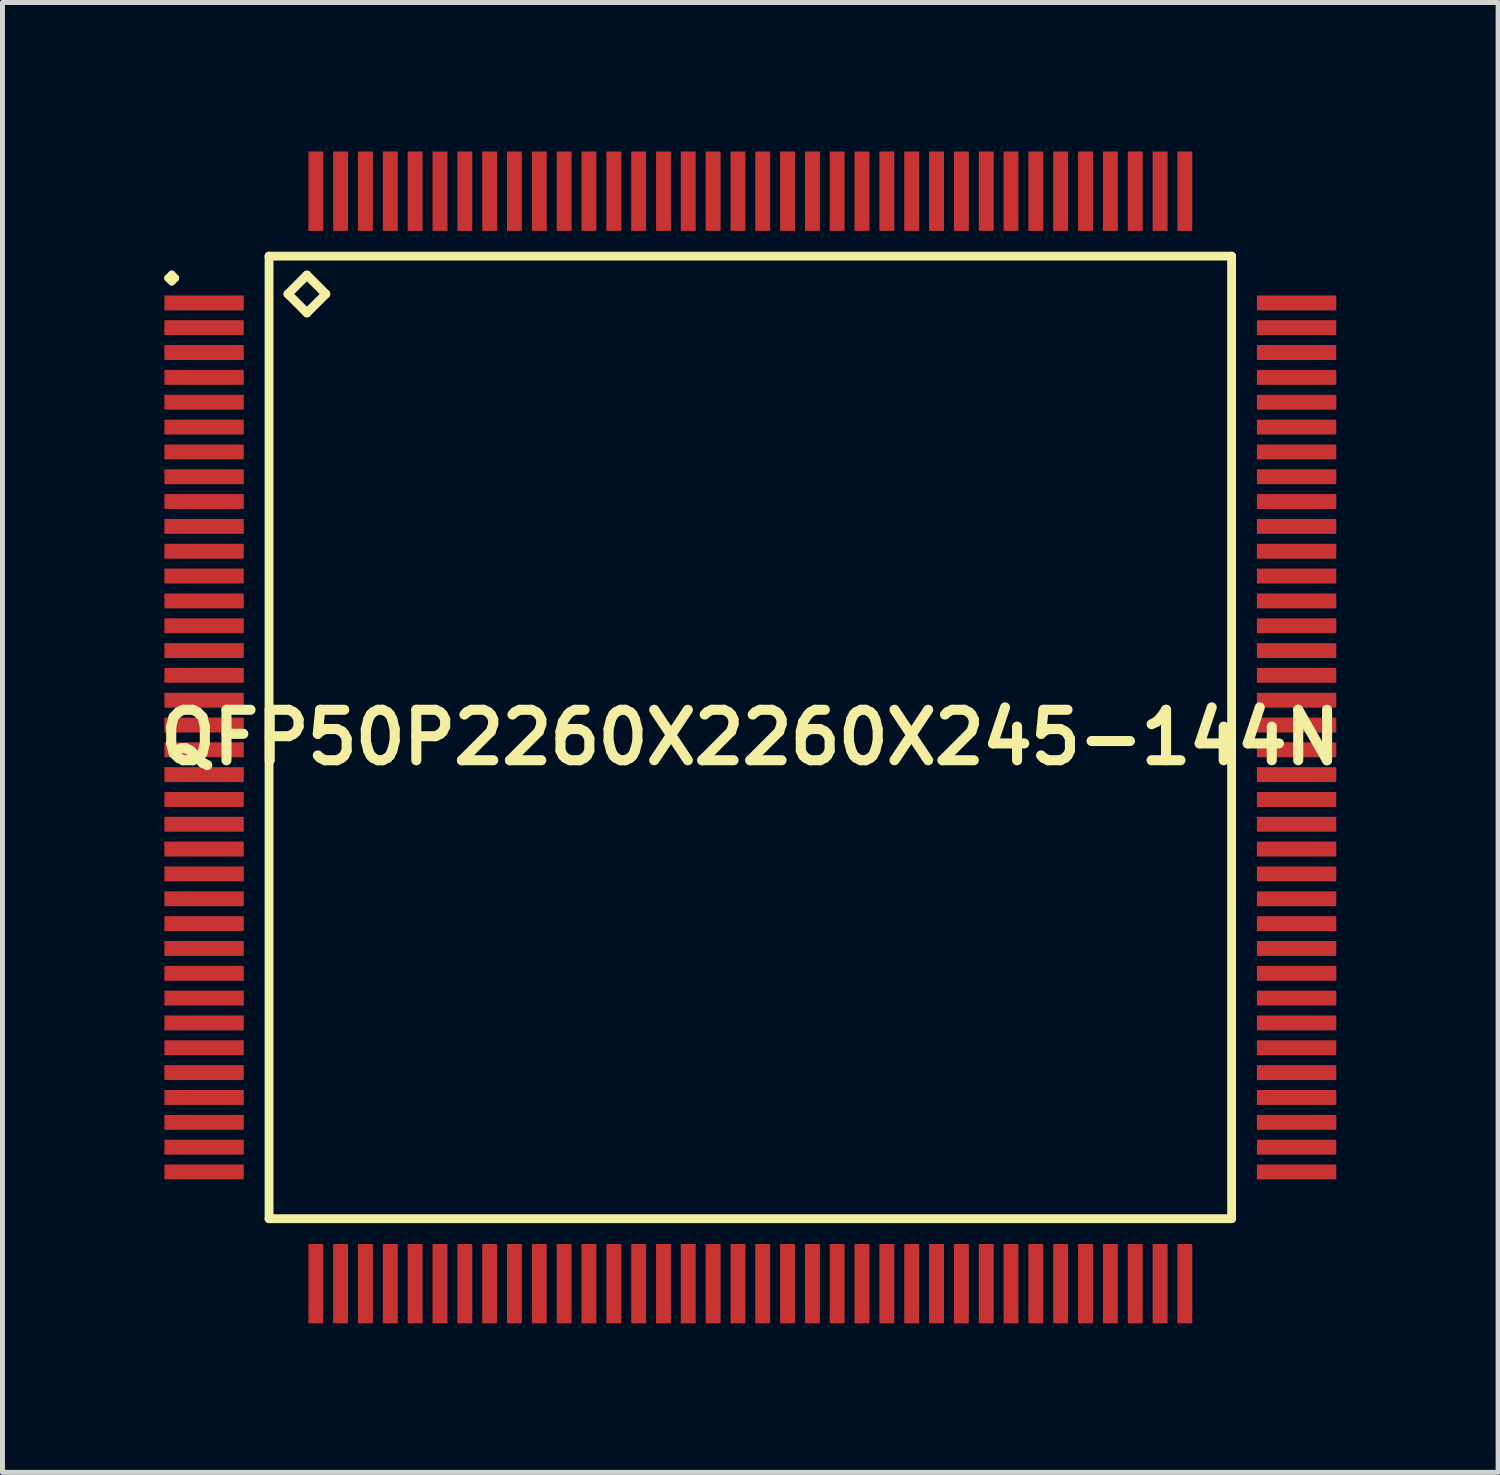
<source format=kicad_pcb>
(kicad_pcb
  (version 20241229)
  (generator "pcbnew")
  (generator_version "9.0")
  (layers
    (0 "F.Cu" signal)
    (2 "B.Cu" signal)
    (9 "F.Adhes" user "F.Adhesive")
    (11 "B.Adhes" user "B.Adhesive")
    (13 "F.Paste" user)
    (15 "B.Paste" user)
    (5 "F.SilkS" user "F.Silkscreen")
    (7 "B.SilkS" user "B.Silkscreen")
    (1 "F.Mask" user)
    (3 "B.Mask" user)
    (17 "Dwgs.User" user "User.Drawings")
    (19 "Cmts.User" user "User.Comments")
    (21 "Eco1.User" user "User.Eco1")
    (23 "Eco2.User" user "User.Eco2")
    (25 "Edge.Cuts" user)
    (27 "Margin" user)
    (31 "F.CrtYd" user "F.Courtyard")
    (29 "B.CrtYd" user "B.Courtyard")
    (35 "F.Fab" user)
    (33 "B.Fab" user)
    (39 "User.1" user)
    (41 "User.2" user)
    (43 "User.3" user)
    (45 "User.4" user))
  (footprint "QFP50P2260X2260X245-144N"
    (layer "F.Cu")
    (at 12.057 11.797)
    (property "Reference" "QFP50P2260X2260X245-144N" (at 0 0 0) (layer "F.SilkS") (effects (font (size 1.016 1.016) (thickness 0.203))))
    (attr smd)
    (fp_line (start -11.725 -9.248) (end -11.648 -9.324) (stroke (width 0.15) (type solid)) (layer "F.SilkS"))
    (fp_line (start -11.648 -9.324) (end -11.575 -9.248) (stroke (width 0.15) (type solid)) (layer "F.SilkS"))
    (fp_line (start -11.648 -9.174) (end -11.725 -9.248) (stroke (width 0.15) (type solid)) (layer "F.SilkS"))
    (fp_line (start -11.575 -9.248) (end -11.648 -9.174) (stroke (width 0.15) (type solid)) (layer "F.SilkS"))
    (fp_line (start -9.69 -9.69) (end -9.69 9.69) (stroke (width 0.178) (type solid)) (layer "F.SilkS"))
    (fp_line (start -9.69 9.69) (end 9.69 9.69) (stroke (width 0.178) (type solid)) (layer "F.SilkS"))
    (fp_line (start -9.309 -8.928) (end -8.928 -9.309) (stroke (width 0.178) (type solid)) (layer "F.SilkS"))
    (fp_line (start -8.928 -9.309) (end -8.547 -8.928) (stroke (width 0.178) (type solid)) (layer "F.SilkS"))
    (fp_line (start -8.928 -8.547) (end -9.309 -8.928) (stroke (width 0.178) (type solid)) (layer "F.SilkS"))
    (fp_line (start -8.547 -8.928) (end -8.928 -8.547) (stroke (width 0.178) (type solid)) (layer "F.SilkS"))
    (fp_line (start 9.69 -9.69) (end -9.69 -9.69) (stroke (width 0.178) (type solid)) (layer "F.SilkS"))
    (fp_line (start 9.69 9.69) (end 9.69 -9.69) (stroke (width 0.178) (type solid)) (layer "F.SilkS"))
    (pad "1" smd rect (at -10.998 -8.748) (size 1.598 0.3) (layers "F.Cu" "F.Mask" "F.Paste"))
    (pad "2" smd rect (at -10.998 -8.25) (size 1.598 0.3) (layers "F.Cu" "F.Mask" "F.Paste"))
    (pad "3" smd rect (at -10.998 -7.75) (size 1.598 0.3) (layers "F.Cu" "F.Mask" "F.Paste"))
    (pad "4" smd rect (at -10.998 -7.249) (size 1.598 0.3) (layers "F.Cu" "F.Mask" "F.Paste"))
    (pad "5" smd rect (at -10.998 -6.749) (size 1.598 0.3) (layers "F.Cu" "F.Mask" "F.Paste"))
    (pad "6" smd rect (at -10.998 -6.248) (size 1.598 0.3) (layers "F.Cu" "F.Mask" "F.Paste"))
    (pad "7" smd rect (at -10.998 -5.748) (size 1.598 0.3) (layers "F.Cu" "F.Mask" "F.Paste"))
    (pad "8" smd rect (at -10.998 -5.248) (size 1.598 0.3) (layers "F.Cu" "F.Mask" "F.Paste"))
    (pad "9" smd rect (at -10.998 -4.75) (size 1.598 0.3) (layers "F.Cu" "F.Mask" "F.Paste"))
    (pad "10" smd rect (at -10.998 -4.249) (size 1.598 0.3) (layers "F.Cu" "F.Mask" "F.Paste"))
    (pad "11" smd rect (at -10.998 -3.749) (size 1.598 0.3) (layers "F.Cu" "F.Mask" "F.Paste"))
    (pad "12" smd rect (at -10.998 -3.249) (size 1.598 0.3) (layers "F.Cu" "F.Mask" "F.Paste"))
    (pad "13" smd rect (at -10.998 -2.748) (size 1.598 0.3) (layers "F.Cu" "F.Mask" "F.Paste"))
    (pad "14" smd rect (at -10.998 -2.248) (size 1.598 0.3) (layers "F.Cu" "F.Mask" "F.Paste"))
    (pad "15" smd rect (at -10.998 -1.748) (size 1.598 0.3) (layers "F.Cu" "F.Mask" "F.Paste"))
    (pad "16" smd rect (at -10.998 -1.25) (size 1.598 0.3) (layers "F.Cu" "F.Mask" "F.Paste"))
    (pad "17" smd rect (at -10.998 -0.749) (size 1.598 0.3) (layers "F.Cu" "F.Mask" "F.Paste"))
    (pad "18" smd rect (at -10.998 -0.249) (size 1.598 0.3) (layers "F.Cu" "F.Mask" "F.Paste"))
    (pad "19" smd rect (at -10.998 0.249) (size 1.598 0.3) (layers "F.Cu" "F.Mask" "F.Paste"))
    (pad "20" smd rect (at -10.998 0.749) (size 1.598 0.3) (layers "F.Cu" "F.Mask" "F.Paste"))
    (pad "21" smd rect (at -10.998 1.25) (size 1.598 0.3) (layers "F.Cu" "F.Mask" "F.Paste"))
    (pad "22" smd rect (at -10.998 1.748) (size 1.598 0.3) (layers "F.Cu" "F.Mask" "F.Paste"))
    (pad "23" smd rect (at -10.998 2.248) (size 1.598 0.3) (layers "F.Cu" "F.Mask" "F.Paste"))
    (pad "24" smd rect (at -10.998 2.748) (size 1.598 0.3) (layers "F.Cu" "F.Mask" "F.Paste"))
    (pad "25" smd rect (at -10.998 3.249) (size 1.598 0.3) (layers "F.Cu" "F.Mask" "F.Paste"))
    (pad "26" smd rect (at -10.998 3.749) (size 1.598 0.3) (layers "F.Cu" "F.Mask" "F.Paste"))
    (pad "27" smd rect (at -10.998 4.249) (size 1.598 0.3) (layers "F.Cu" "F.Mask" "F.Paste"))
    (pad "28" smd rect (at -10.998 4.75) (size 1.598 0.3) (layers "F.Cu" "F.Mask" "F.Paste"))
    (pad "29" smd rect (at -10.998 5.248) (size 1.598 0.3) (layers "F.Cu" "F.Mask" "F.Paste"))
    (pad "30" smd rect (at -10.998 5.748) (size 1.598 0.3) (layers "F.Cu" "F.Mask" "F.Paste"))
    (pad "31" smd rect (at -10.998 6.248) (size 1.598 0.3) (layers "F.Cu" "F.Mask" "F.Paste"))
    (pad "32" smd rect (at -10.998 6.749) (size 1.598 0.3) (layers "F.Cu" "F.Mask" "F.Paste"))
    (pad "33" smd rect (at -10.998 7.249) (size 1.598 0.3) (layers "F.Cu" "F.Mask" "F.Paste"))
    (pad "34" smd rect (at -10.998 7.75) (size 1.598 0.3) (layers "F.Cu" "F.Mask" "F.Paste"))
    (pad "35" smd rect (at -10.998 8.25) (size 1.598 0.3) (layers "F.Cu" "F.Mask" "F.Paste"))
    (pad "36" smd rect (at -10.998 8.748) (size 1.598 0.3) (layers "F.Cu" "F.Mask" "F.Paste"))
    (pad "37" smd rect (at -8.748 10.998) (size 0.3 1.598) (layers "F.Cu" "F.Mask" "F.Paste"))
    (pad "38" smd rect (at -8.25 10.998) (size 0.3 1.598) (layers "F.Cu" "F.Mask" "F.Paste"))
    (pad "39" smd rect (at -7.75 10.998) (size 0.3 1.598) (layers "F.Cu" "F.Mask" "F.Paste"))
    (pad "40" smd rect (at -7.249 10.998) (size 0.3 1.598) (layers "F.Cu" "F.Mask" "F.Paste"))
    (pad "41" smd rect (at -6.749 10.998) (size 0.3 1.598) (layers "F.Cu" "F.Mask" "F.Paste"))
    (pad "42" smd rect (at -6.248 10.998) (size 0.3 1.598) (layers "F.Cu" "F.Mask" "F.Paste"))
    (pad "43" smd rect (at -5.748 10.998) (size 0.3 1.598) (layers "F.Cu" "F.Mask" "F.Paste"))
    (pad "44" smd rect (at -5.248 10.998) (size 0.3 1.598) (layers "F.Cu" "F.Mask" "F.Paste"))
    (pad "45" smd rect (at -4.75 10.998) (size 0.3 1.598) (layers "F.Cu" "F.Mask" "F.Paste"))
    (pad "46" smd rect (at -4.249 10.998) (size 0.3 1.598) (layers "F.Cu" "F.Mask" "F.Paste"))
    (pad "47" smd rect (at -3.749 10.998) (size 0.3 1.598) (layers "F.Cu" "F.Mask" "F.Paste"))
    (pad "48" smd rect (at -3.249 10.998) (size 0.3 1.598) (layers "F.Cu" "F.Mask" "F.Paste"))
    (pad "49" smd rect (at -2.748 10.998) (size 0.3 1.598) (layers "F.Cu" "F.Mask" "F.Paste"))
    (pad "50" smd rect (at -2.248 10.998) (size 0.3 1.598) (layers "F.Cu" "F.Mask" "F.Paste"))
    (pad "51" smd rect (at -1.748 10.998) (size 0.3 1.598) (layers "F.Cu" "F.Mask" "F.Paste"))
    (pad "52" smd rect (at -1.25 10.998) (size 0.3 1.598) (layers "F.Cu" "F.Mask" "F.Paste"))
    (pad "53" smd rect (at -0.749 10.998) (size 0.3 1.598) (layers "F.Cu" "F.Mask" "F.Paste"))
    (pad "54" smd rect (at -0.249 10.998) (size 0.3 1.598) (layers "F.Cu" "F.Mask" "F.Paste"))
    (pad "55" smd rect (at 0.249 10.998) (size 0.3 1.598) (layers "F.Cu" "F.Mask" "F.Paste"))
    (pad "56" smd rect (at 0.749 10.998) (size 0.3 1.598) (layers "F.Cu" "F.Mask" "F.Paste"))
    (pad "57" smd rect (at 1.25 10.998) (size 0.3 1.598) (layers "F.Cu" "F.Mask" "F.Paste"))
    (pad "58" smd rect (at 1.748 10.998) (size 0.3 1.598) (layers "F.Cu" "F.Mask" "F.Paste"))
    (pad "59" smd rect (at 2.248 10.998) (size 0.3 1.598) (layers "F.Cu" "F.Mask" "F.Paste"))
    (pad "60" smd rect (at 2.748 10.998) (size 0.3 1.598) (layers "F.Cu" "F.Mask" "F.Paste"))
    (pad "61" smd rect (at 3.249 10.998) (size 0.3 1.598) (layers "F.Cu" "F.Mask" "F.Paste"))
    (pad "62" smd rect (at 3.749 10.998) (size 0.3 1.598) (layers "F.Cu" "F.Mask" "F.Paste"))
    (pad "63" smd rect (at 4.249 10.998) (size 0.3 1.598) (layers "F.Cu" "F.Mask" "F.Paste"))
    (pad "64" smd rect (at 4.75 10.998) (size 0.3 1.598) (layers "F.Cu" "F.Mask" "F.Paste"))
    (pad "65" smd rect (at 5.248 10.998) (size 0.3 1.598) (layers "F.Cu" "F.Mask" "F.Paste"))
    (pad "66" smd rect (at 5.748 10.998) (size 0.3 1.598) (layers "F.Cu" "F.Mask" "F.Paste"))
    (pad "67" smd rect (at 6.248 10.998) (size 0.3 1.598) (layers "F.Cu" "F.Mask" "F.Paste"))
    (pad "68" smd rect (at 6.749 10.998) (size 0.3 1.598) (layers "F.Cu" "F.Mask" "F.Paste"))
    (pad "69" smd rect (at 7.249 10.998) (size 0.3 1.598) (layers "F.Cu" "F.Mask" "F.Paste"))
    (pad "70" smd rect (at 7.75 10.998) (size 0.3 1.598) (layers "F.Cu" "F.Mask" "F.Paste"))
    (pad "71" smd rect (at 8.25 10.998) (size 0.3 1.598) (layers "F.Cu" "F.Mask" "F.Paste"))
    (pad "72" smd rect (at 8.748 10.998) (size 0.3 1.598) (layers "F.Cu" "F.Mask" "F.Paste"))
    (pad "73" smd rect (at 10.998 8.748) (size 1.598 0.3) (layers "F.Cu" "F.Mask" "F.Paste"))
    (pad "74" smd rect (at 10.998 8.25) (size 1.598 0.3) (layers "F.Cu" "F.Mask" "F.Paste"))
    (pad "75" smd rect (at 10.998 7.75) (size 1.598 0.3) (layers "F.Cu" "F.Mask" "F.Paste"))
    (pad "76" smd rect (at 10.998 7.249) (size 1.598 0.3) (layers "F.Cu" "F.Mask" "F.Paste"))
    (pad "77" smd rect (at 10.998 6.749) (size 1.598 0.3) (layers "F.Cu" "F.Mask" "F.Paste"))
    (pad "78" smd rect (at 10.998 6.248) (size 1.598 0.3) (layers "F.Cu" "F.Mask" "F.Paste"))
    (pad "79" smd rect (at 10.998 5.748) (size 1.598 0.3) (layers "F.Cu" "F.Mask" "F.Paste"))
    (pad "80" smd rect (at 10.998 5.248) (size 1.598 0.3) (layers "F.Cu" "F.Mask" "F.Paste"))
    (pad "81" smd rect (at 10.998 4.75) (size 1.598 0.3) (layers "F.Cu" "F.Mask" "F.Paste"))
    (pad "82" smd rect (at 10.998 4.249) (size 1.598 0.3) (layers "F.Cu" "F.Mask" "F.Paste"))
    (pad "83" smd rect (at 10.998 3.749) (size 1.598 0.3) (layers "F.Cu" "F.Mask" "F.Paste"))
    (pad "84" smd rect (at 10.998 3.249) (size 1.598 0.3) (layers "F.Cu" "F.Mask" "F.Paste"))
    (pad "85" smd rect (at 10.998 2.748) (size 1.598 0.3) (layers "F.Cu" "F.Mask" "F.Paste"))
    (pad "86" smd rect (at 10.998 2.248) (size 1.598 0.3) (layers "F.Cu" "F.Mask" "F.Paste"))
    (pad "87" smd rect (at 10.998 1.748) (size 1.598 0.3) (layers "F.Cu" "F.Mask" "F.Paste"))
    (pad "88" smd rect (at 10.998 1.25) (size 1.598 0.3) (layers "F.Cu" "F.Mask" "F.Paste"))
    (pad "89" smd rect (at 10.998 0.749) (size 1.598 0.3) (layers "F.Cu" "F.Mask" "F.Paste"))
    (pad "90" smd rect (at 10.998 0.249) (size 1.598 0.3) (layers "F.Cu" "F.Mask" "F.Paste"))
    (pad "91" smd rect (at 10.998 -0.249) (size 1.598 0.3) (layers "F.Cu" "F.Mask" "F.Paste"))
    (pad "92" smd rect (at 10.998 -0.749) (size 1.598 0.3) (layers "F.Cu" "F.Mask" "F.Paste"))
    (pad "93" smd rect (at 10.998 -1.25) (size 1.598 0.3) (layers "F.Cu" "F.Mask" "F.Paste"))
    (pad "94" smd rect (at 10.998 -1.748) (size 1.598 0.3) (layers "F.Cu" "F.Mask" "F.Paste"))
    (pad "95" smd rect (at 10.998 -2.248) (size 1.598 0.3) (layers "F.Cu" "F.Mask" "F.Paste"))
    (pad "96" smd rect (at 10.998 -2.748) (size 1.598 0.3) (layers "F.Cu" "F.Mask" "F.Paste"))
    (pad "97" smd rect (at 10.998 -3.249) (size 1.598 0.3) (layers "F.Cu" "F.Mask" "F.Paste"))
    (pad "98" smd rect (at 10.998 -3.749) (size 1.598 0.3) (layers "F.Cu" "F.Mask" "F.Paste"))
    (pad "99" smd rect (at 10.998 -4.249) (size 1.598 0.3) (layers "F.Cu" "F.Mask" "F.Paste"))
    (pad "100" smd rect (at 10.998 -4.75) (size 1.598 0.3) (layers "F.Cu" "F.Mask" "F.Paste"))
    (pad "101" smd rect (at 10.998 -5.248) (size 1.598 0.3) (layers "F.Cu" "F.Mask" "F.Paste"))
    (pad "102" smd rect (at 10.998 -5.748) (size 1.598 0.3) (layers "F.Cu" "F.Mask" "F.Paste"))
    (pad "103" smd rect (at 10.998 -6.248) (size 1.598 0.3) (layers "F.Cu" "F.Mask" "F.Paste"))
    (pad "104" smd rect (at 10.998 -6.749) (size 1.598 0.3) (layers "F.Cu" "F.Mask" "F.Paste"))
    (pad "105" smd rect (at 10.998 -7.249) (size 1.598 0.3) (layers "F.Cu" "F.Mask" "F.Paste"))
    (pad "106" smd rect (at 10.998 -7.75) (size 1.598 0.3) (layers "F.Cu" "F.Mask" "F.Paste"))
    (pad "107" smd rect (at 10.998 -8.25) (size 1.598 0.3) (layers "F.Cu" "F.Mask" "F.Paste"))
    (pad "108" smd rect (at 10.998 -8.748) (size 1.598 0.3) (layers "F.Cu" "F.Mask" "F.Paste"))
    (pad "109" smd rect (at 8.748 -10.998) (size 0.3 1.598) (layers "F.Cu" "F.Mask" "F.Paste"))
    (pad "110" smd rect (at 8.25 -10.998) (size 0.3 1.598) (layers "F.Cu" "F.Mask" "F.Paste"))
    (pad "111" smd rect (at 7.75 -10.998) (size 0.3 1.598) (layers "F.Cu" "F.Mask" "F.Paste"))
    (pad "112" smd rect (at 7.249 -10.998) (size 0.3 1.598) (layers "F.Cu" "F.Mask" "F.Paste"))
    (pad "113" smd rect (at 6.749 -10.998) (size 0.3 1.598) (layers "F.Cu" "F.Mask" "F.Paste"))
    (pad "114" smd rect (at 6.248 -10.998) (size 0.3 1.598) (layers "F.Cu" "F.Mask" "F.Paste"))
    (pad "115" smd rect (at 5.748 -10.998) (size 0.3 1.598) (layers "F.Cu" "F.Mask" "F.Paste"))
    (pad "116" smd rect (at 5.248 -10.998) (size 0.3 1.598) (layers "F.Cu" "F.Mask" "F.Paste"))
    (pad "117" smd rect (at 4.75 -10.998) (size 0.3 1.598) (layers "F.Cu" "F.Mask" "F.Paste"))
    (pad "118" smd rect (at 4.249 -10.998) (size 0.3 1.598) (layers "F.Cu" "F.Mask" "F.Paste"))
    (pad "119" smd rect (at 3.749 -10.998) (size 0.3 1.598) (layers "F.Cu" "F.Mask" "F.Paste"))
    (pad "120" smd rect (at 3.249 -10.998) (size 0.3 1.598) (layers "F.Cu" "F.Mask" "F.Paste"))
    (pad "121" smd rect (at 2.748 -10.998) (size 0.3 1.598) (layers "F.Cu" "F.Mask" "F.Paste"))
    (pad "122" smd rect (at 2.248 -10.998) (size 0.3 1.598) (layers "F.Cu" "F.Mask" "F.Paste"))
    (pad "123" smd rect (at 1.748 -10.998) (size 0.3 1.598) (layers "F.Cu" "F.Mask" "F.Paste"))
    (pad "124" smd rect (at 1.25 -10.998) (size 0.3 1.598) (layers "F.Cu" "F.Mask" "F.Paste"))
    (pad "125" smd rect (at 0.749 -10.998) (size 0.3 1.598) (layers "F.Cu" "F.Mask" "F.Paste"))
    (pad "126" smd rect (at 0.249 -10.998) (size 0.3 1.598) (layers "F.Cu" "F.Mask" "F.Paste"))
    (pad "127" smd rect (at -0.249 -10.998) (size 0.3 1.598) (layers "F.Cu" "F.Mask" "F.Paste"))
    (pad "128" smd rect (at -0.749 -10.998) (size 0.3 1.598) (layers "F.Cu" "F.Mask" "F.Paste"))
    (pad "129" smd rect (at -1.25 -10.998) (size 0.3 1.598) (layers "F.Cu" "F.Mask" "F.Paste"))
    (pad "130" smd rect (at -1.748 -10.998) (size 0.3 1.598) (layers "F.Cu" "F.Mask" "F.Paste"))
    (pad "131" smd rect (at -2.248 -10.998) (size 0.3 1.598) (layers "F.Cu" "F.Mask" "F.Paste"))
    (pad "132" smd rect (at -2.748 -10.998) (size 0.3 1.598) (layers "F.Cu" "F.Mask" "F.Paste"))
    (pad "133" smd rect (at -3.249 -10.998) (size 0.3 1.598) (layers "F.Cu" "F.Mask" "F.Paste"))
    (pad "134" smd rect (at -3.749 -10.998) (size 0.3 1.598) (layers "F.Cu" "F.Mask" "F.Paste"))
    (pad "135" smd rect (at -4.249 -10.998) (size 0.3 1.598) (layers "F.Cu" "F.Mask" "F.Paste"))
    (pad "136" smd rect (at -4.75 -10.998) (size 0.3 1.598) (layers "F.Cu" "F.Mask" "F.Paste"))
    (pad "137" smd rect (at -5.248 -10.998) (size 0.3 1.598) (layers "F.Cu" "F.Mask" "F.Paste"))
    (pad "138" smd rect (at -5.748 -10.998) (size 0.3 1.598) (layers "F.Cu" "F.Mask" "F.Paste"))
    (pad "139" smd rect (at -6.248 -10.998) (size 0.3 1.598) (layers "F.Cu" "F.Mask" "F.Paste"))
    (pad "140" smd rect (at -6.749 -10.998) (size 0.3 1.598) (layers "F.Cu" "F.Mask" "F.Paste"))
    (pad "141" smd rect (at -7.249 -10.998) (size 0.3 1.598) (layers "F.Cu" "F.Mask" "F.Paste"))
    (pad "142" smd rect (at -7.75 -10.998) (size 0.3 1.598) (layers "F.Cu" "F.Mask" "F.Paste"))
    (pad "143" smd rect (at -8.25 -10.998) (size 0.3 1.598) (layers "F.Cu" "F.Mask" "F.Paste"))
    (pad "144" smd rect (at -8.748 -10.998) (size 0.3 1.598) (layers "F.Cu" "F.Mask" "F.Paste")))
  (gr_rect
    (start -3 -3)
    (end 27.113 26.594)
    (stroke (width 0.1) (type default))
    (fill no)
    (layer "Edge.Cuts")))
</source>
